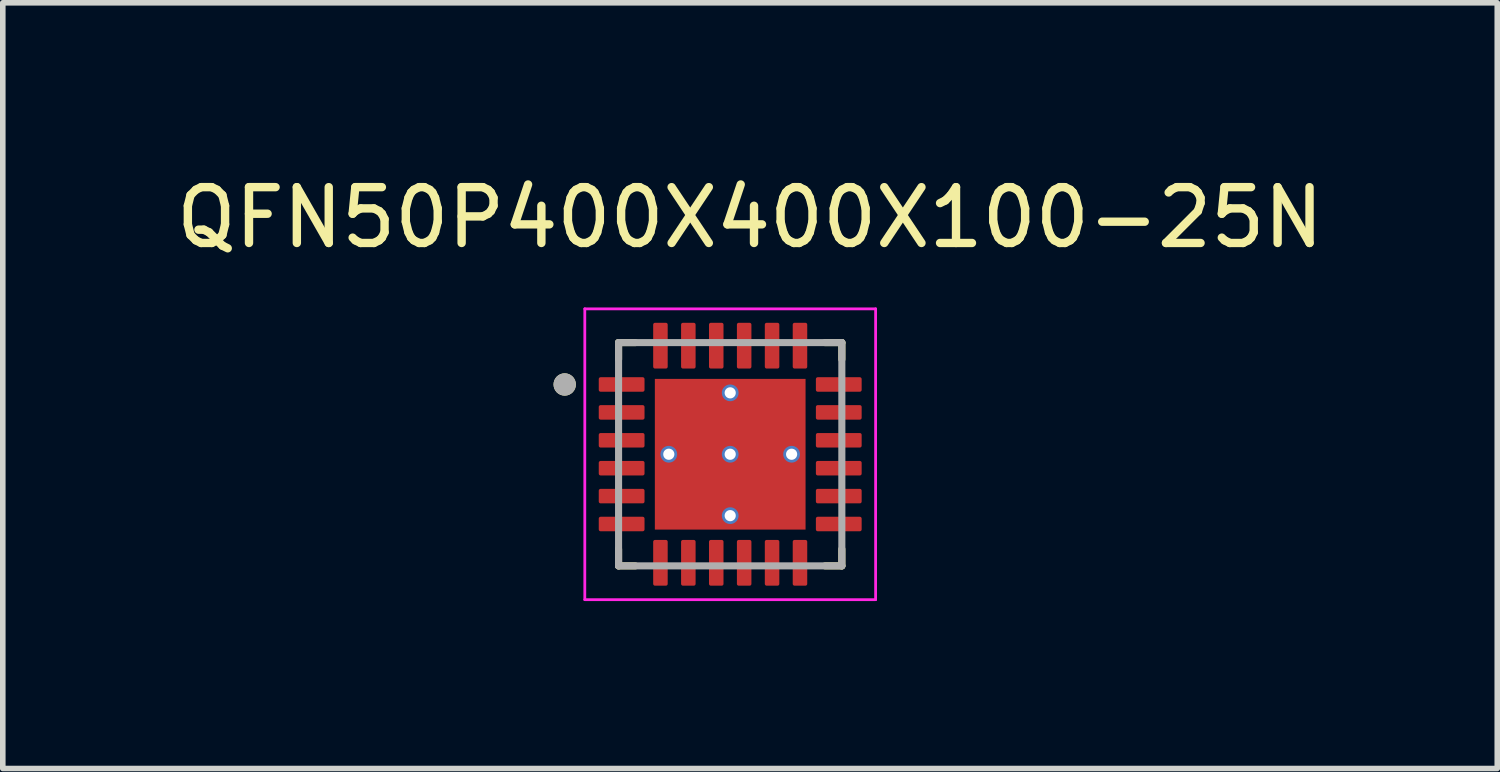
<source format=kicad_pcb>
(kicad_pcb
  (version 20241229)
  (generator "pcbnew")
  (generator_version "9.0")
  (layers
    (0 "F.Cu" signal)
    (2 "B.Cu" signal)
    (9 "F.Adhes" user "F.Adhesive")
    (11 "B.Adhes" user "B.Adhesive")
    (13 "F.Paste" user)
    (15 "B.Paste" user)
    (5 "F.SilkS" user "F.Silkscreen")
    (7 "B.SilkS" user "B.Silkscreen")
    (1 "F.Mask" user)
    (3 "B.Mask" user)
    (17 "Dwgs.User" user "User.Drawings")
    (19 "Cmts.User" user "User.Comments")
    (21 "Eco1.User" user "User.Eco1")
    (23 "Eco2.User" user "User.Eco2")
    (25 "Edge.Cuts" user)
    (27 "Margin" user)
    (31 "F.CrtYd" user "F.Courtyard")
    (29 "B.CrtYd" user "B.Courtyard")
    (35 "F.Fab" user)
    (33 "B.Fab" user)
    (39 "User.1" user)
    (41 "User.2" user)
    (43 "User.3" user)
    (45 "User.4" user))
  (footprint "QFN50P400X400X100-25N"
    (layer "F.Cu")
    (at 10.032 5.088)
    (property "Reference" "QFN50P400X400X100-25N" (at 0.355 -4.24 0) (layer "F.SilkS") (effects (font (size 1 1) (thickness 0.15))))
    (attr smd)
    (fp_line (start -2 -2) (end -2 -1.7) (stroke (width 0.127) (type solid)) (layer "F.SilkS"))
    (fp_line (start -2 -2) (end -1.7 -2) (stroke (width 0.127) (type solid)) (layer "F.SilkS"))
    (fp_line (start -2 2) (end -2 1.7) (stroke (width 0.127) (type solid)) (layer "F.SilkS"))
    (fp_line (start -2 2) (end -1.7 2) (stroke (width 0.127) (type solid)) (layer "F.SilkS"))
    (fp_line (start 2 -2) (end 1.7 -2) (stroke (width 0.127) (type solid)) (layer "F.SilkS"))
    (fp_line (start 2 -2) (end 2 -1.7) (stroke (width 0.127) (type solid)) (layer "F.SilkS"))
    (fp_line (start 2 2) (end 1.7 2) (stroke (width 0.127) (type solid)) (layer "F.SilkS"))
    (fp_line (start 2 2) (end 2 1.7) (stroke (width 0.127) (type solid)) (layer "F.SilkS"))
    (fp_circle (center -2.965 -1.25) (end -2.865 -1.25) (stroke (width 0.2) (type solid)) (fill no) (layer "F.SilkS"))
    (fp_poly (pts (xy -1.288 -1.288) (xy -0.1 -1.288) (xy -0.1 -0.1) (xy -1.288 -0.1)) (stroke (width 0.01) (type solid)) (fill yes) (layer "F.Paste"))
    (fp_poly (pts (xy -1.288 0.1) (xy -0.1 0.1) (xy -0.1 1.288) (xy -1.288 1.288)) (stroke (width 0.01) (type solid)) (fill yes) (layer "F.Paste"))
    (fp_poly (pts (xy 0.1 -1.288) (xy 1.288 -1.288) (xy 1.288 -0.1) (xy 0.1 -0.1)) (stroke (width 0.01) (type solid)) (fill yes) (layer "F.Paste"))
    (fp_poly (pts (xy 0.1 0.1) (xy 1.288 0.1) (xy 1.288 1.288) (xy 0.1 1.288)) (stroke (width 0.01) (type solid)) (fill yes) (layer "F.Paste"))
    (fp_line (start -2.605 -2.605) (end 2.605 -2.605) (stroke (width 0.05) (type solid)) (layer "F.CrtYd"))
    (fp_line (start -2.605 2.605) (end -2.605 -2.605) (stroke (width 0.05) (type solid)) (layer "F.CrtYd"))
    (fp_line (start -2.605 2.605) (end 2.605 2.605) (stroke (width 0.05) (type solid)) (layer "F.CrtYd"))
    (fp_line (start 2.605 2.605) (end 2.605 -2.605) (stroke (width 0.05) (type solid)) (layer "F.CrtYd"))
    (fp_line (start -2 2) (end -2 -2) (stroke (width 0.127) (type solid)) (layer "F.Fab"))
    (fp_line (start 2 -2) (end -2 -2) (stroke (width 0.127) (type solid)) (layer "F.Fab"))
    (fp_line (start 2 2) (end -2 2) (stroke (width 0.127) (type solid)) (layer "F.Fab"))
    (fp_line (start 2 2) (end 2 -2) (stroke (width 0.127) (type solid)) (layer "F.Fab"))
    (fp_circle (center -2.965 -1.25) (end -2.865 -1.25) (stroke (width 0.2) (type solid)) (fill no) (layer "F.Fab"))
    (pad "1" smd roundrect (at -1.945 -1.25) (size 0.82 0.26) (layers "F.Cu" "F.Mask" "F.Paste") (roundrect_rratio 0.125))
    (pad "2" smd roundrect (at -1.945 -0.75) (size 0.82 0.26) (layers "F.Cu" "F.Mask" "F.Paste") (roundrect_rratio 0.125))
    (pad "3" smd roundrect (at -1.945 -0.25) (size 0.82 0.26) (layers "F.Cu" "F.Mask" "F.Paste") (roundrect_rratio 0.125))
    (pad "4" smd roundrect (at -1.945 0.25) (size 0.82 0.26) (layers "F.Cu" "F.Mask" "F.Paste") (roundrect_rratio 0.125))
    (pad "5" smd roundrect (at -1.945 0.75) (size 0.82 0.26) (layers "F.Cu" "F.Mask" "F.Paste") (roundrect_rratio 0.125))
    (pad "6" smd roundrect (at -1.945 1.25) (size 0.82 0.26) (layers "F.Cu" "F.Mask" "F.Paste") (roundrect_rratio 0.125))
    (pad "7" smd roundrect (at -1.25 1.945) (size 0.26 0.82) (layers "F.Cu" "F.Mask" "F.Paste") (roundrect_rratio 0.125))
    (pad "8" smd roundrect (at -0.75 1.945) (size 0.26 0.82) (layers "F.Cu" "F.Mask" "F.Paste") (roundrect_rratio 0.125))
    (pad "9" smd roundrect (at -0.25 1.945) (size 0.26 0.82) (layers "F.Cu" "F.Mask" "F.Paste") (roundrect_rratio 0.125))
    (pad "10" smd roundrect (at 0.25 1.945) (size 0.26 0.82) (layers "F.Cu" "F.Mask" "F.Paste") (roundrect_rratio 0.125))
    (pad "11" smd roundrect (at 0.75 1.945) (size 0.26 0.82) (layers "F.Cu" "F.Mask" "F.Paste") (roundrect_rratio 0.125))
    (pad "12" smd roundrect (at 1.25 1.945) (size 0.26 0.82) (layers "F.Cu" "F.Mask" "F.Paste") (roundrect_rratio 0.125))
    (pad "13" smd roundrect (at 1.945 1.25) (size 0.82 0.26) (layers "F.Cu" "F.Mask" "F.Paste") (roundrect_rratio 0.125))
    (pad "14" smd roundrect (at 1.945 0.75) (size 0.82 0.26) (layers "F.Cu" "F.Mask" "F.Paste") (roundrect_rratio 0.125))
    (pad "15" smd roundrect (at 1.945 0.25) (size 0.82 0.26) (layers "F.Cu" "F.Mask" "F.Paste") (roundrect_rratio 0.125))
    (pad "16" smd roundrect (at 1.945 -0.25) (size 0.82 0.26) (layers "F.Cu" "F.Mask" "F.Paste") (roundrect_rratio 0.125))
    (pad "17" smd roundrect (at 1.945 -0.75) (size 0.82 0.26) (layers "F.Cu" "F.Mask" "F.Paste") (roundrect_rratio 0.125))
    (pad "18" smd roundrect (at 1.945 -1.25) (size 0.82 0.26) (layers "F.Cu" "F.Mask" "F.Paste") (roundrect_rratio 0.125))
    (pad "19" smd roundrect (at 1.25 -1.945) (size 0.26 0.82) (layers "F.Cu" "F.Mask" "F.Paste") (roundrect_rratio 0.125))
    (pad "20" smd roundrect (at 0.75 -1.945) (size 0.26 0.82) (layers "F.Cu" "F.Mask" "F.Paste") (roundrect_rratio 0.125))
    (pad "21" smd roundrect (at 0.25 -1.945) (size 0.26 0.82) (layers "F.Cu" "F.Mask" "F.Paste") (roundrect_rratio 0.125))
    (pad "22" smd roundrect (at -0.25 -1.945) (size 0.26 0.82) (layers "F.Cu" "F.Mask" "F.Paste") (roundrect_rratio 0.125))
    (pad "23" smd roundrect (at -0.75 -1.945) (size 0.26 0.82) (layers "F.Cu" "F.Mask" "F.Paste") (roundrect_rratio 0.125))
    (pad "24" smd roundrect (at -1.25 -1.945) (size 0.26 0.82) (layers "F.Cu" "F.Mask" "F.Paste") (roundrect_rratio 0.125))
    (pad "25" smd rect (at 0 0) (size 2.7 2.7) (layers "F.Cu" "F.Mask"))
    (pad "25_1" thru_hole circle (at 0 0) (size 0.3 0.3) (drill 0.2) (layers "*.Cu"))
    (pad "25_2" thru_hole circle (at -1.1 0) (size 0.3 0.3) (drill 0.2) (layers "*.Cu"))
    (pad "25_3" thru_hole circle (at 1.1 0) (size 0.3 0.3) (drill 0.2) (layers "*.Cu"))
    (pad "25_4" thru_hole circle (at 0 1.1) (size 0.3 0.3) (drill 0.2) (layers "*.Cu"))
    (pad "25_5" thru_hole circle (at 0 -1.1) (size 0.3 0.3) (drill 0.2) (layers "*.Cu")))
  (gr_rect
    (start -3 -3)
    (end 23.774 10.718)
    (stroke (width 0.1) (type default))
    (fill no)
    (layer "Edge.Cuts")))
</source>
